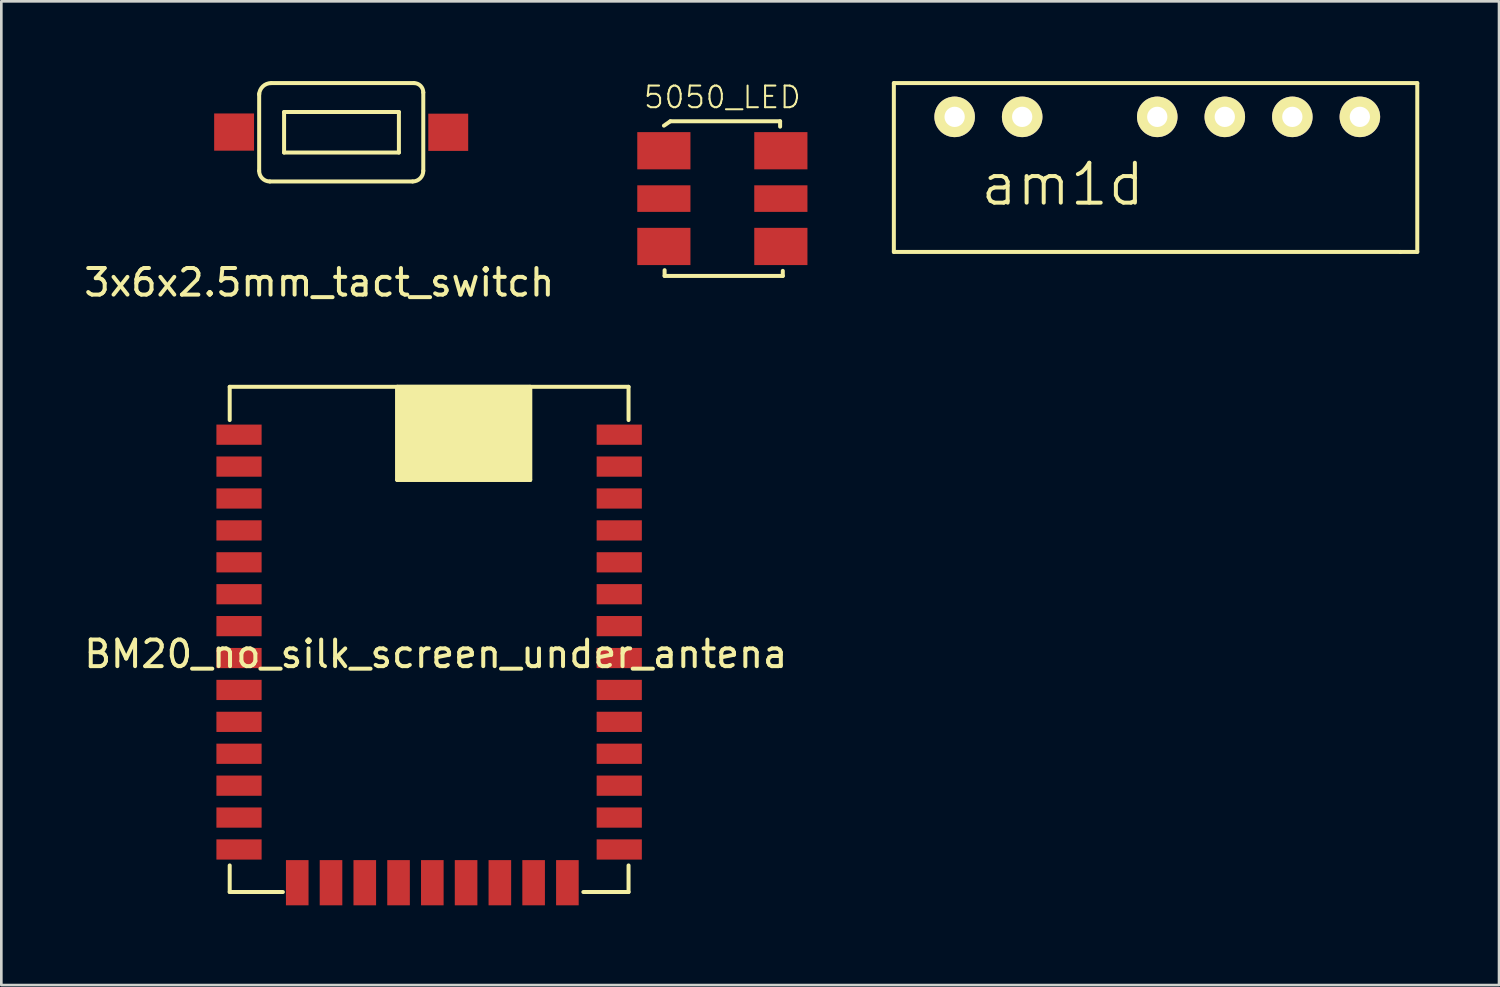
<source format=kicad_pcb>
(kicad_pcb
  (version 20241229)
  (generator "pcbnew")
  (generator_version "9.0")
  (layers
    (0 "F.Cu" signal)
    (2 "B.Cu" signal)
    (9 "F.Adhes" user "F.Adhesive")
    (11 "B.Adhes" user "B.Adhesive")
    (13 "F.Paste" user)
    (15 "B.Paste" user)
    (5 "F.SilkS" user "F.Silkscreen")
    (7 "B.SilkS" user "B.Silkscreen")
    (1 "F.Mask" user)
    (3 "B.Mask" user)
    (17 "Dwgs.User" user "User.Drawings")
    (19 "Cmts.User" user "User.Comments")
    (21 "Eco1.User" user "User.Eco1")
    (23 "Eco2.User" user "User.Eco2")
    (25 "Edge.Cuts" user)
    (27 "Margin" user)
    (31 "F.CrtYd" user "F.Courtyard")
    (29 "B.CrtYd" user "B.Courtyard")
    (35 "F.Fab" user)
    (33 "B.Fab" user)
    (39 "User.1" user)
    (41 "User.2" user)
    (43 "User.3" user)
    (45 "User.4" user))
  (footprint "3x6x2.5mm_tact_switch"
    (layer "F.Cu")
    (at 9.158 1.925)
    (property "Reference" "3x6x2.5mm_tact_switch" (at -0.2 5.65 0) (layer "F.SilkS") (effects (font (size 1 1) (thickness 0.15))))
    (attr through_hole)
    (fp_line (start -2.461 -1.45) (end -2.461 1.45) (stroke (width 0.15) (type solid)) (layer "F.SilkS"))
    (fp_line (start -2.061 1.85) (end 3.311 1.85) (stroke (width 0.15) (type solid)) (layer "F.SilkS"))
    (fp_line (start -2.011 -1.85) (end 3.361 -1.85) (stroke (width 0.15) (type solid)) (layer "F.SilkS"))
    (fp_line (start -1.524 -0.762) (end 2.794 -0.762) (stroke (width 0.15) (type solid)) (layer "F.SilkS"))
    (fp_line (start -1.524 0.762) (end -1.524 -0.762) (stroke (width 0.15) (type solid)) (layer "F.SilkS"))
    (fp_line (start 2.794 -0.762) (end 2.794 0.762) (stroke (width 0.15) (type solid)) (layer "F.SilkS"))
    (fp_line (start 2.794 0.762) (end -1.524 0.762) (stroke (width 0.15) (type solid)) (layer "F.SilkS"))
    (fp_line (start 3.711 1.45) (end 3.711 -1.5) (stroke (width 0.15) (type solid)) (layer "F.SilkS"))
    (fp_arc (start -2.460644 -1.422372) (mid -2.321388 -1.726012) (end -2.0112 -1.85) (stroke (width 0.15) (type solid)) (layer "F.SilkS"))
    (fp_arc (start -2.0612 1.85) (mid -2.344043 1.732843) (end -2.4612 1.45) (stroke (width 0.15) (type solid)) (layer "F.SilkS"))
    (fp_arc (start 3.3612 -1.85) (mid 3.608687 -1.747487) (end 3.7112 -1.5) (stroke (width 0.15) (type solid)) (layer "F.SilkS"))
    (fp_arc (start 3.7112 1.45) (mid 3.594043 1.732843) (end 3.3112 1.85) (stroke (width 0.15) (type solid)) (layer "F.SilkS"))
    (pad "1" smd rect (at -3.404 -0.008) (size 1.5 1.4) (layers "F.Cu" "F.Mask" "F.Paste"))
    (pad "2" smd rect (at 4.65 0) (size 1.5 1.4) (layers "F.Cu" "F.Mask" "F.Paste")))
  (footprint "am1d"
    (layer "F.Cu")
    (at 30.567 6.425)
    (property "Reference" "am1d" (at 6.35 -2.54 0) (layer "F.SilkS") (effects (font (size 1.5 1.5) (thickness 0.15))))
    (attr through_hole)
    (fp_line (start 0 -6.35) (end 0 0) (stroke (width 0.15) (type solid)) (layer "F.SilkS"))
    (fp_line (start 19.05 0) (end 0 0) (stroke (width 0.15) (type solid)) (layer "F.SilkS"))
    (fp_line (start 19.685 -6.35) (end 0 -6.35) (stroke (width 0.15) (type solid)) (layer "F.SilkS"))
    (fp_line (start 19.685 0) (end 19.05 0) (stroke (width 0.15) (type solid)) (layer "F.SilkS"))
    (fp_line (start 19.685 0) (end 19.685 -6.35) (stroke (width 0.15) (type solid)) (layer "F.SilkS"))
    (pad "1" thru_hole circle (at 2.286 -5.08) (size 1.524 1.524) (drill 0.762) (layers "*.Cu" "*.Mask" "F.SilkS"))
    (pad "2" thru_hole circle (at 4.826 -5.08) (size 1.524 1.524) (drill 0.762) (layers "*.Cu" "*.Mask" "F.SilkS"))
    (pad "4" thru_hole circle (at 9.906 -5.08) (size 1.524 1.524) (drill 0.762) (layers "*.Cu" "*.Mask" "F.SilkS"))
    (pad "5" thru_hole circle (at 12.446 -5.08) (size 1.524 1.524) (drill 0.762) (layers "*.Cu" "*.Mask" "F.SilkS"))
    (pad "6" thru_hole circle (at 14.986 -5.08) (size 1.524 1.524) (drill 0.762) (layers "*.Cu" "*.Mask" "F.SilkS"))
    (pad "7" thru_hole circle (at 17.526 -5.08) (size 1.524 1.524) (drill 0.762) (layers "*.Cu" "*.Mask" "F.SilkS")))
  (footprint "5050_LED"
    (layer "F.Cu")
    (at 24.117 4.419)
    (property "Reference" "5050_LED" (at 0 -3.81 0) (layer "F.SilkS") (effects (font (size 0.813 0.813) (thickness 0.076))))
    (attr through_hole)
    (fp_line (start -2.197 -2.743) (end -1.956 -2.908) (stroke (width 0.15) (type solid)) (layer "F.SilkS"))
    (fp_line (start -2.172 2.692) (end -2.172 2.908) (stroke (width 0.15) (type solid)) (layer "F.SilkS"))
    (fp_line (start -2.172 2.908) (end 2.273 2.908) (stroke (width 0.15) (type solid)) (layer "F.SilkS"))
    (fp_line (start -1.956 -2.908) (end 2.172 -2.908) (stroke (width 0.15) (type solid)) (layer "F.SilkS"))
    (fp_line (start 2.172 -2.908) (end 2.172 -2.705) (stroke (width 0.15) (type solid)) (layer "F.SilkS"))
    (fp_line (start 2.273 2.908) (end 2.273 2.718) (stroke (width 0.15) (type solid)) (layer "F.SilkS"))
    (pad "1" smd rect (at -2.2 -1.8) (size 2 1.4) (layers "F.Cu" "F.Mask" "F.Paste"))
    (pad "2" smd rect (at -2.2 0) (size 2 1) (layers "F.Cu" "F.Mask" "F.Paste"))
    (pad "3" smd rect (at -2.2 1.8) (size 2 1.4) (layers "F.Cu" "F.Mask" "F.Paste"))
    (pad "4" smd rect (at 2.2 1.8) (size 2 1.4) (layers "F.Cu" "F.Mask" "F.Paste"))
    (pad "5" smd rect (at 2.2 0) (size 2 1) (layers "F.Cu" "F.Mask" "F.Paste"))
    (pad "6" smd rect (at 2.2 -1.8) (size 2 1.4) (layers "F.Cu" "F.Mask" "F.Paste")))
  (footprint "BM20_no_silk_screen_under_antena"
    (layer "F.Cu")
    (at 5.589 30.498)
    (property "Reference" "BM20_no_silk_screen_under_antena" (at 7.75 -8.95 0) (layer "F.SilkS") (effects (font (size 1 1) (thickness 0.15))))
    (attr through_hole)
    (fp_line (start 0 -19) (end 15 -19) (stroke (width 0.15) (type solid)) (layer "F.SilkS"))
    (fp_line (start 0 -17.75) (end 0 -19) (stroke (width 0.15) (type solid)) (layer "F.SilkS"))
    (fp_line (start 0 -1) (end 0 0) (stroke (width 0.15) (type solid)) (layer "F.SilkS"))
    (fp_line (start 0 0) (end 2 0) (stroke (width 0.15) (type solid)) (layer "F.SilkS"))
    (fp_line (start 6.3 -19) (end 6.3 -15.5) (stroke (width 0.15) (type solid)) (layer "F.SilkS"))
    (fp_line (start 6.3 -15.5) (end 11.3 -15.5) (stroke (width 0.15) (type solid)) (layer "F.SilkS"))
    (fp_line (start 11.3 -15.5) (end 11.3 -19) (stroke (width 0.15) (type solid)) (layer "F.SilkS"))
    (fp_line (start 15 -17.75) (end 15 -19) (stroke (width 0.15) (type solid)) (layer "F.SilkS"))
    (fp_line (start 15 -1) (end 15 0) (stroke (width 0.15) (type solid)) (layer "F.SilkS"))
    (fp_line (start 15 0) (end 13.3 0) (stroke (width 0.15) (type solid)) (layer "F.SilkS"))
    (fp_poly (pts (xy 6.3 -19) (xy 11.3 -19) (xy 11.3 -15.5) (xy 6.3 -15.5)) (stroke (width 0.15) (type solid)) (fill yes) (layer "F.SilkS"))
    (pad "1" smd trapezoid (at 0.35 -17.2 90) (size 0.76 1.7) (layers "F.Cu" "F.Mask" "F.Paste"))
    (pad "2" smd trapezoid (at 0.35 -16 90) (size 0.76 1.7) (layers "F.Cu" "F.Mask" "F.Paste"))
    (pad "3" smd trapezoid (at 0.35 -14.8 90) (size 0.76 1.7) (layers "F.Cu" "F.Mask" "F.Paste"))
    (pad "4" smd trapezoid (at 0.35 -13.6 90) (size 0.76 1.7) (layers "F.Cu" "F.Mask" "F.Paste"))
    (pad "5" smd trapezoid (at 0.35 -12.4 90) (size 0.76 1.7) (layers "F.Cu" "F.Mask" "F.Paste"))
    (pad "6" smd trapezoid (at 0.35 -11.2 90) (size 0.76 1.7) (layers "F.Cu" "F.Mask" "F.Paste"))
    (pad "7" smd trapezoid (at 0.35 -10 90) (size 0.76 1.7) (layers "F.Cu" "F.Mask" "F.Paste"))
    (pad "8" smd trapezoid (at 0.35 -8.8 90) (size 0.76 1.7) (layers "F.Cu" "F.Mask" "F.Paste"))
    (pad "9" smd trapezoid (at 0.35 -7.6 90) (size 0.76 1.7) (layers "F.Cu" "F.Mask" "F.Paste"))
    (pad "10" smd trapezoid (at 0.35 -6.4 90) (size 0.76 1.7) (layers "F.Cu" "F.Mask" "F.Paste"))
    (pad "11" smd trapezoid (at 0.35 -5.2 90) (size 0.76 1.7) (layers "F.Cu" "F.Mask" "F.Paste"))
    (pad "12" smd trapezoid (at 0.35 -4 90) (size 0.76 1.7) (layers "F.Cu" "F.Mask" "F.Paste"))
    (pad "13" smd trapezoid (at 0.35 -2.8 90) (size 0.76 1.7) (layers "F.Cu" "F.Mask" "F.Paste"))
    (pad "14" smd trapezoid (at 0.35 -1.6 90) (size 0.76 1.7) (layers "F.Cu" "F.Mask" "F.Paste"))
    (pad "15" smd trapezoid (at 2.54 -0.35) (size 0.85 1.7) (layers "F.Cu" "F.Mask" "F.Paste"))
    (pad "16" smd trapezoid (at 3.81 -0.35) (size 0.85 1.7) (layers "F.Cu" "F.Mask" "F.Paste"))
    (pad "17" smd trapezoid (at 5.08 -0.35) (size 0.85 1.7) (layers "F.Cu" "F.Mask" "F.Paste"))
    (pad "18" smd trapezoid (at 6.35 -0.35) (size 0.85 1.7) (layers "F.Cu" "F.Mask" "F.Paste"))
    (pad "19" smd trapezoid (at 7.62 -0.35) (size 0.85 1.7) (layers "F.Cu" "F.Mask" "F.Paste"))
    (pad "20" smd trapezoid (at 8.89 -0.35) (size 0.85 1.7) (layers "F.Cu" "F.Mask" "F.Paste"))
    (pad "21" smd trapezoid (at 10.16 -0.35) (size 0.85 1.7) (layers "F.Cu" "F.Mask" "F.Paste"))
    (pad "22" smd trapezoid (at 11.43 -0.35) (size 0.85 1.7) (layers "F.Cu" "F.Mask" "F.Paste"))
    (pad "23" smd trapezoid (at 12.7 -0.35) (size 0.85 1.7) (layers "F.Cu" "F.Mask" "F.Paste"))
    (pad "24" smd trapezoid (at 14.65 -1.6 90) (size 0.76 1.7) (layers "F.Cu" "F.Mask" "F.Paste"))
    (pad "25" smd trapezoid (at 14.65 -2.8 90) (size 0.76 1.7) (layers "F.Cu" "F.Mask" "F.Paste"))
    (pad "26" smd trapezoid (at 14.65 -4 90) (size 0.76 1.7) (layers "F.Cu" "F.Mask" "F.Paste"))
    (pad "27" smd trapezoid (at 14.65 -5.2 90) (size 0.76 1.7) (layers "F.Cu" "F.Mask" "F.Paste"))
    (pad "28" smd trapezoid (at 14.65 -6.4 90) (size 0.76 1.7) (layers "F.Cu" "F.Mask" "F.Paste"))
    (pad "29" smd trapezoid (at 14.65 -7.6 90) (size 0.76 1.7) (layers "F.Cu" "F.Mask" "F.Paste"))
    (pad "30" smd trapezoid (at 14.65 -8.8 90) (size 0.76 1.7) (layers "F.Cu" "F.Mask" "F.Paste"))
    (pad "31" smd trapezoid (at 14.65 -10 90) (size 0.76 1.7) (layers "F.Cu" "F.Mask" "F.Paste"))
    (pad "32" smd trapezoid (at 14.65 -11.2 90) (size 0.76 1.7) (layers "F.Cu" "F.Mask" "F.Paste"))
    (pad "33" smd trapezoid (at 14.65 -12.4 90) (size 0.76 1.7) (layers "F.Cu" "F.Mask" "F.Paste"))
    (pad "34" smd trapezoid (at 14.65 -13.6 90) (size 0.76 1.7) (layers "F.Cu" "F.Mask" "F.Paste"))
    (pad "35" smd trapezoid (at 14.65 -14.8 90) (size 0.76 1.7) (layers "F.Cu" "F.Mask" "F.Paste"))
    (pad "36" smd trapezoid (at 14.65 -16 90) (size 0.76 1.7) (layers "F.Cu" "F.Mask" "F.Paste"))
    (pad "37" smd trapezoid (at 14.65 -17.2 90) (size 0.76 1.7) (layers "F.Cu" "F.Mask" "F.Paste")))
  (gr_rect
    (start -3 -3)
    (end 53.327 33.998)
    (stroke (width 0.1) (type default))
    (fill no)
    (layer "Edge.Cuts")))
</source>
